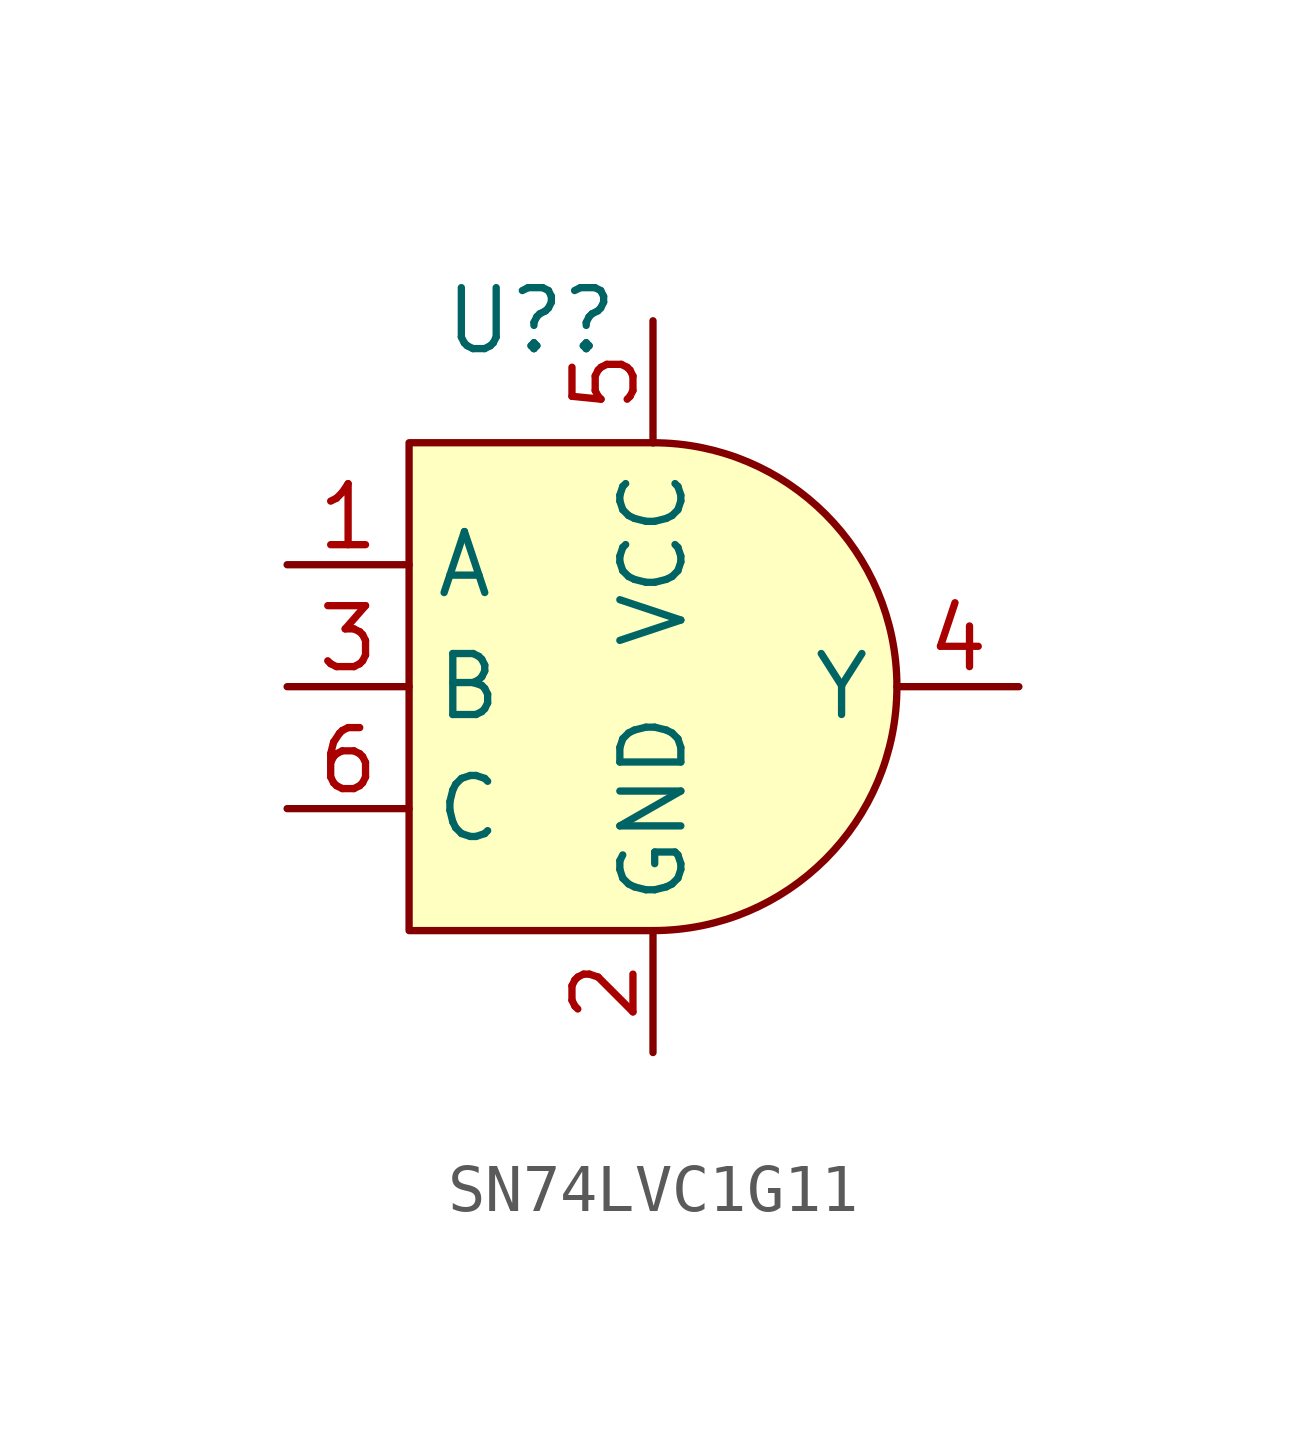
<source format=kicad_sym>
(kicad_symbol_lib
  (version 20241209)
  (generator "kicad_symbol_editor")
  (generator_version "9.0")
  (symbol "SN74LVC1G11"
    (property "Reference" "U?"
      (at -2.54 7.62 0)
      (effects (font (size 1.27 1.27))))
    (property "Value" ""
      (at 0 0 0)
      (effects (font (size 1.27 1.27))))
    (symbol "SN74LVC1G11_1_1"
      (polyline (pts (xy 0 5.08) (xy -5.08 5.08) (xy -5.08 -5.08) (xy 0 -5.08)) (stroke (width 0) (type solid)) (fill (type background)))
      (arc (start 0 5.08) (mid 5.08 0) (end 0 -5.08) (stroke (width 0) (type solid)) (fill (type background)))
      (pin input line (at -7.62 2.54 0) (length 2.54) (name "A" (effects (font (size 1.27 1.27)))) (number "1" (effects (font (size 1.27 1.27)))))
      (pin input line (at -7.62 0 0) (length 2.54) (name "B" (effects (font (size 1.27 1.27)))) (number "3" (effects (font (size 1.27 1.27)))))
      (pin input line (at -7.62 -2.54 0) (length 2.54) (name "C" (effects (font (size 1.27 1.27)))) (number "6" (effects (font (size 1.27 1.27)))))
      (pin power_in line (at 0 7.62 270) (length 2.54) (name "VCC" (effects (font (size 1.27 1.27)))) (number "5" (effects (font (size 1.27 1.27)))))
      (pin power_in line (at 0 -7.62 90) (length 2.54) (name "GND" (effects (font (size 1.27 1.27)))) (number "2" (effects (font (size 1.27 1.27)))))
      (pin output line (at 7.62 0 180) (length 2.54) (name "Y" (effects (font (size 1.27 1.27)))) (number "4" (effects (font (size 1.27 1.27))))))))
</source>
